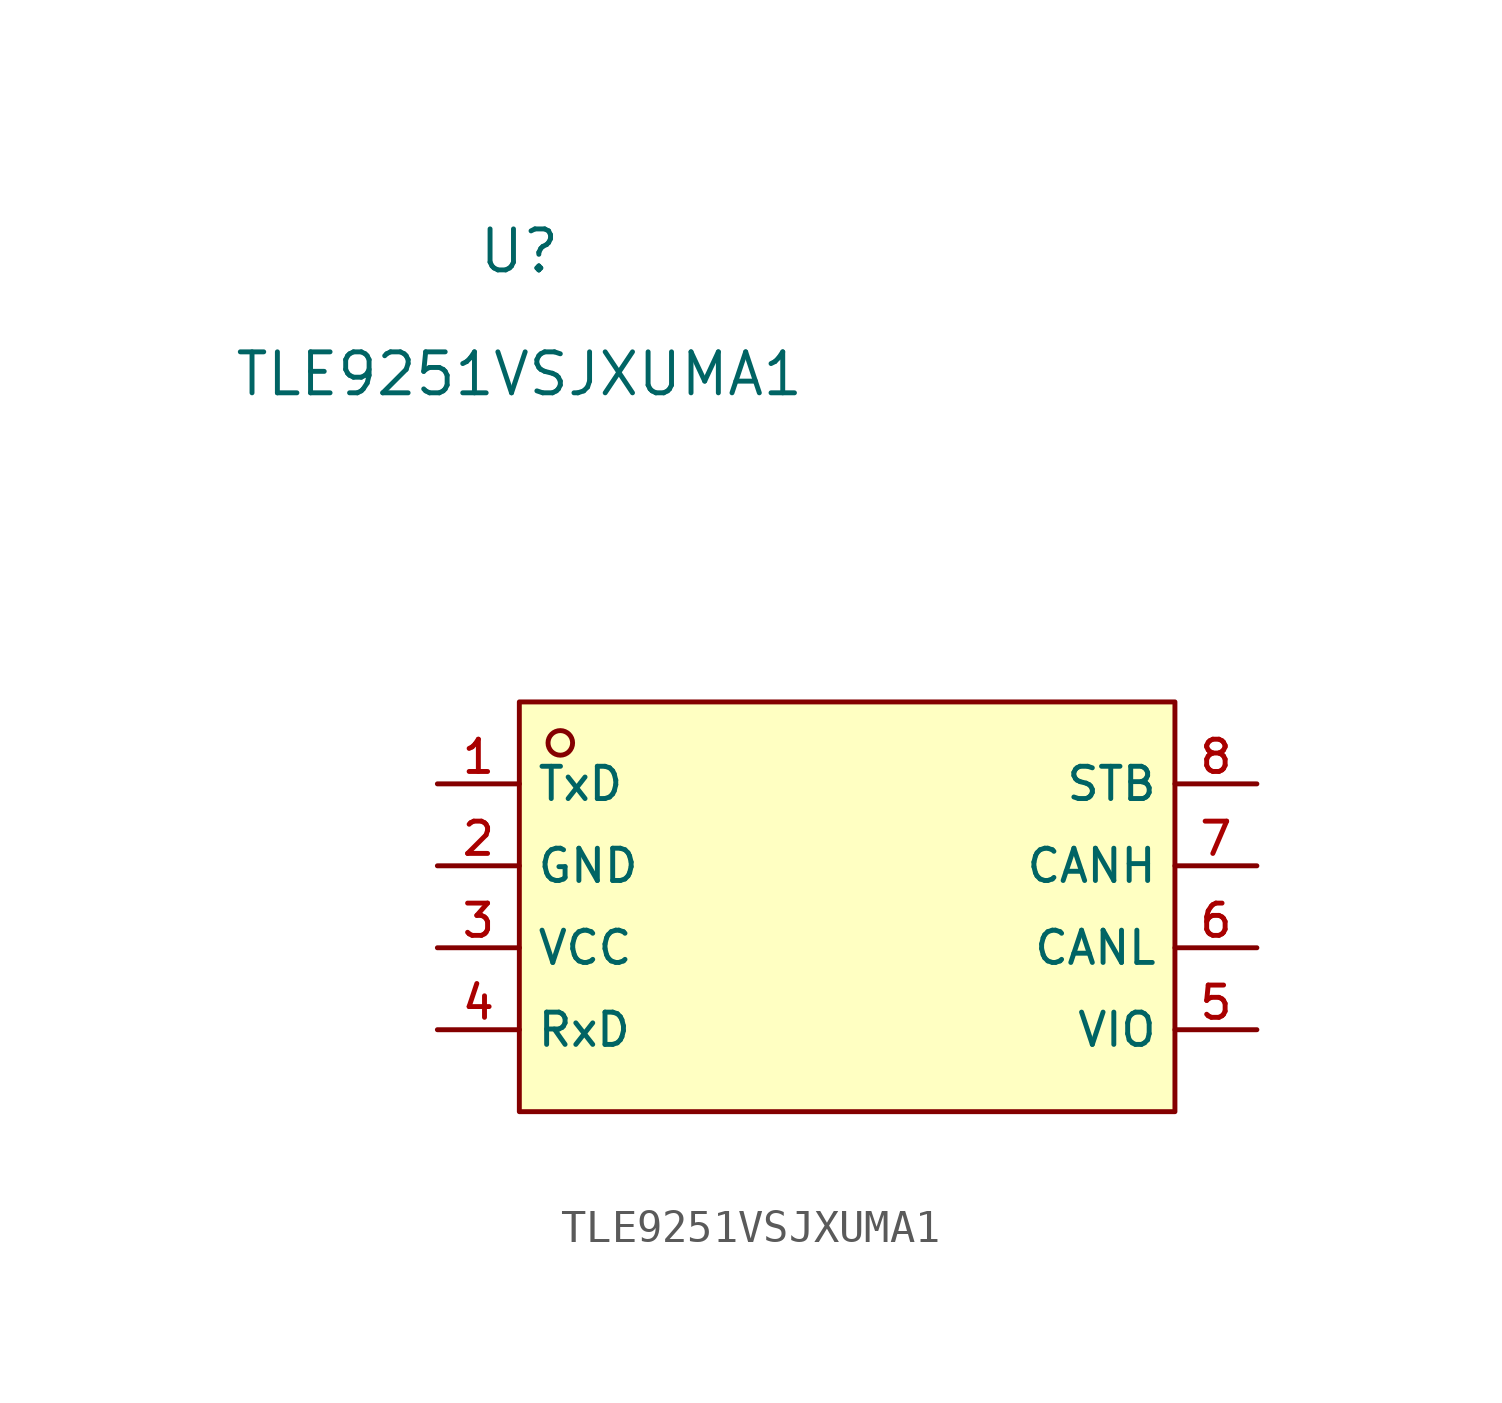
<source format=kicad_sym>
(kicad_symbol_lib
  (version 20210201)
  (generator TousstNicolas/JLC2KiCad_lib)
  (symbol "TLE9251VSJXUMA1"
    (property "Reference" "U"
      (at 0 1.27 0)
      (effects (font (size 1.27 1.27))))
    (property "Value" "TLE9251VSJXUMA1"
      (at 0 -2.54 0)
      (effects (font (size 1.27 1.27))))
    (symbol "TLE9251VSJXUMA1_0_1"
      (rectangle (start 0.0 -12.7) (end 20.32 -25.4) (stroke (width 0) (type default) (color 0 0 0 0)) (fill (type background)))
      (circle (center 1.27 -13.97) (radius 0.381) (stroke (width 0) (type default) (color 0 0 0 0)) (fill (type background)))
      (pin unspecified line (at -2.54 -15.24 0) (length 2.54) (name "TxD" (effects (font (size 1 1)))) (number "1" (effects (font (size 1 1)))))
      (pin unspecified line (at -2.54 -17.78 0) (length 2.54) (name "GND" (effects (font (size 1 1)))) (number "2" (effects (font (size 1 1)))))
      (pin unspecified line (at -2.54 -20.32 0) (length 2.54) (name "VCC" (effects (font (size 1 1)))) (number "3" (effects (font (size 1 1)))))
      (pin unspecified line (at -2.54 -22.86 0) (length 2.54) (name "RxD" (effects (font (size 1 1)))) (number "4" (effects (font (size 1 1)))))
      (pin unspecified line (at 22.86 -22.86 180) (length 2.54) (name "VIO" (effects (font (size 1 1)))) (number "5" (effects (font (size 1 1)))))
      (pin unspecified line (at 22.86 -20.32 180) (length 2.54) (name "CANL" (effects (font (size 1 1)))) (number "6" (effects (font (size 1 1)))))
      (pin unspecified line (at 22.86 -17.78 180) (length 2.54) (name "CANH" (effects (font (size 1 1)))) (number "7" (effects (font (size 1 1)))))
      (pin unspecified line (at 22.86 -15.24 180) (length 2.54) (name "STB" (effects (font (size 1 1)))) (number "8" (effects (font (size 1 1))))))))
</source>
